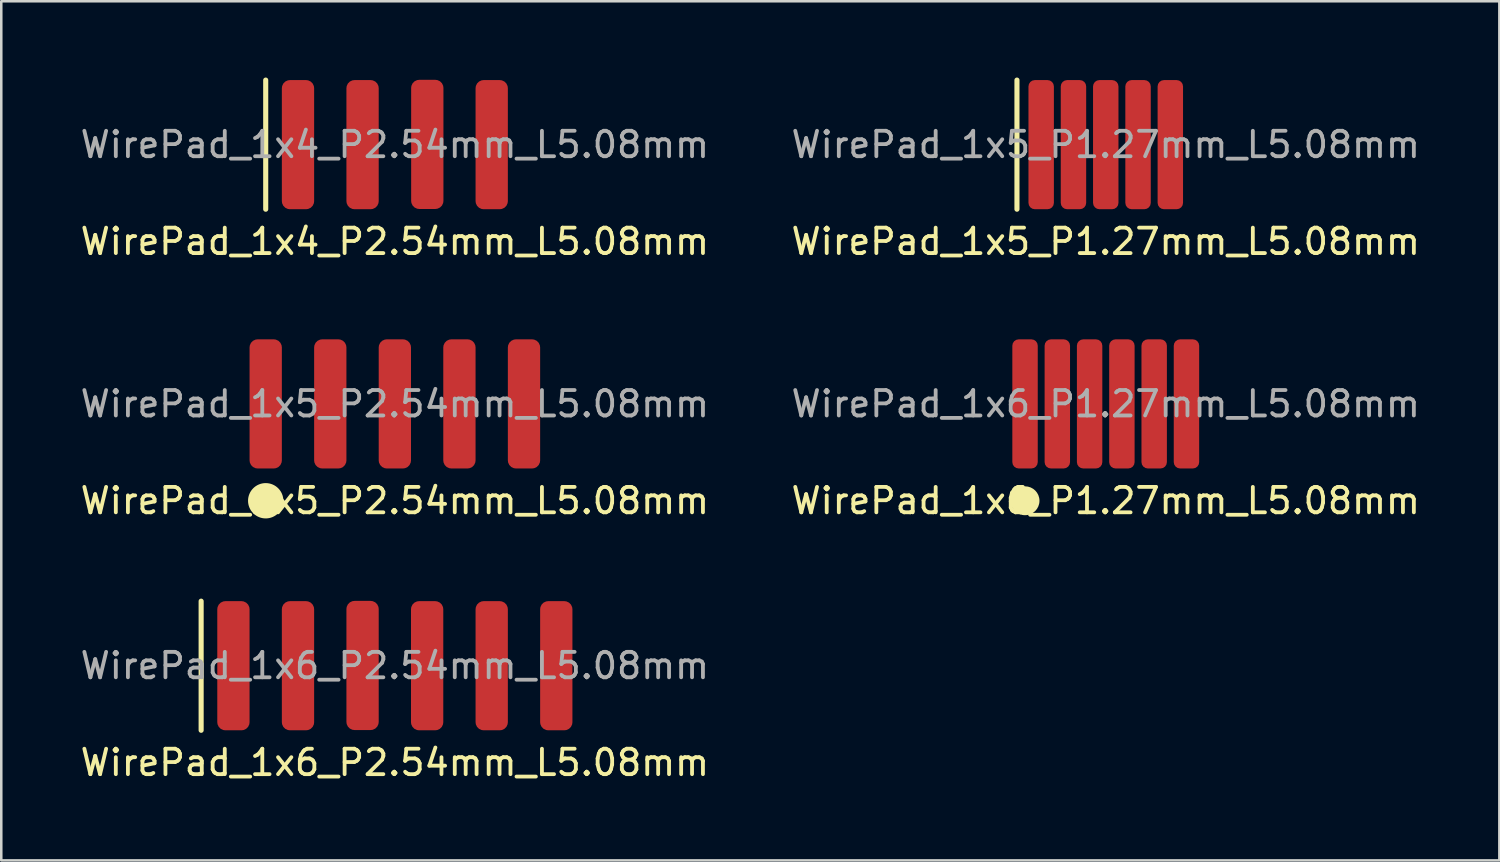
<source format=kicad_pcb>
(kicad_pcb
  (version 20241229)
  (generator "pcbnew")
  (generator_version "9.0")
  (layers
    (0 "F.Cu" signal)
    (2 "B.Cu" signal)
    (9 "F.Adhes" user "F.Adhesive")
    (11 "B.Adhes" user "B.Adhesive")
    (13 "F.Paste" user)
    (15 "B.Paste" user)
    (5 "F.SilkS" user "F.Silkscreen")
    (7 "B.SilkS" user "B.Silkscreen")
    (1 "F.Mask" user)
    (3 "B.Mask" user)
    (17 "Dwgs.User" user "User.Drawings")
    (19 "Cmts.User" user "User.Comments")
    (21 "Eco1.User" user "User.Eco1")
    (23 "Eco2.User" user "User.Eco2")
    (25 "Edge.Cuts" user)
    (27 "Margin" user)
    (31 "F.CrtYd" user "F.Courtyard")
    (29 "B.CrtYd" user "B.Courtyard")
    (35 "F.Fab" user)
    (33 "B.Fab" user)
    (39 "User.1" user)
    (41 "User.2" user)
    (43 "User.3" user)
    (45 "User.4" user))
  (footprint "WirePad_1x6_P2.54mm_L5.08mm"
    (layer "F.Cu")
    (at 12.482 23.137)
    (property "Reference" "WirePad_1x6_P2.54mm_L5.08mm" (at 0 3.81 0) (unlocked yes) (layer "F.SilkS") (effects (font (size 1 1) (thickness 0.15))))
    (attr smd)
    (fp_line (start -7.62 -2.54) (end -7.62 2.54) (stroke (width 0.2) (type solid)) (layer "F.SilkS"))
    (fp_text user "${REFERENCE}" (at 0 0 0) (unlocked yes) (layer "F.Fab") (effects (font (size 1 1) (thickness 0.15))))
    (pad "1" smd roundrect (at -6.35 0) (size 1.27 5.08) (layers "F.Cu" "F.Mask" "F.Paste") (roundrect_rratio 0.25))
    (pad "2" smd roundrect (at -3.81 0) (size 1.27 5.08) (layers "F.Cu" "F.Mask" "F.Paste") (roundrect_rratio 0.25))
    (pad "3" smd roundrect (at -1.27 -0.01) (size 1.27 5.08) (layers "F.Cu" "F.Mask" "F.Paste") (roundrect_rratio 0.25))
    (pad "4" smd roundrect (at 1.27 0) (size 1.27 5.08) (layers "F.Cu" "F.Mask" "F.Paste") (roundrect_rratio 0.25))
    (pad "5" smd roundrect (at 3.81 0) (size 1.27 5.08) (layers "F.Cu" "F.Mask" "F.Paste") (roundrect_rratio 0.25))
    (pad "6" smd roundrect (at 6.35 0) (size 1.27 5.08) (layers "F.Cu" "F.Mask" "F.Paste") (roundrect_rratio 0.25)))
  (footprint "WirePad_1x5_P2.54mm_L5.08mm"
    (layer "F.Cu")
    (at 12.482 12.838)
    (property "Reference" "WirePad_1x5_P2.54mm_L5.08mm" (at 0 3.81 0) (unlocked yes) (layer "F.SilkS") (effects (font (size 1 1) (thickness 0.15))))
    (attr smd)
    (fp_circle (center -5.08 3.81) (end -4.445 3.81) (stroke (width 0.12) (type solid)) (fill yes) (layer "F.SilkS"))
    (fp_text user "${REFERENCE}" (at 0 0 0) (unlocked yes) (layer "F.Fab") (effects (font (size 1 1) (thickness 0.15))))
    (pad "1" smd roundrect (at -5.08 0) (size 1.27 5.08) (layers "F.Cu" "F.Mask" "F.Paste") (roundrect_rratio 0.25))
    (pad "2" smd roundrect (at -2.54 0) (size 1.27 5.08) (layers "F.Cu" "F.Mask" "F.Paste") (roundrect_rratio 0.25))
    (pad "3" smd roundrect (at 0 0) (size 1.27 5.08) (layers "F.Cu" "F.Mask" "F.Paste") (roundrect_rratio 0.25))
    (pad "4" smd roundrect (at 2.54 0) (size 1.27 5.08) (layers "F.Cu" "F.Mask" "F.Paste") (roundrect_rratio 0.25))
    (pad "5" smd roundrect (at 5.08 0) (size 1.27 5.08) (layers "F.Cu" "F.Mask" "F.Paste") (roundrect_rratio 0.25)))
  (footprint "WirePad_1x5_P1.27mm_L5.08mm"
    (layer "F.Cu")
    (at 40.446 2.64)
    (property "Reference" "WirePad_1x5_P1.27mm_L5.08mm" (at 0 3.81 0) (unlocked yes) (layer "F.SilkS") (effects (font (size 1 1) (thickness 0.15))))
    (attr smd)
    (fp_line (start -3.493 -2.54) (end -3.493 2.54) (stroke (width 0.2) (type solid)) (layer "F.SilkS"))
    (fp_text user "${REFERENCE}" (at 0 0 0) (unlocked yes) (layer "F.Fab") (effects (font (size 1 1) (thickness 0.15))))
    (pad "1" smd roundrect (at -2.54 0) (size 1 5.08) (layers "F.Cu" "F.Mask" "F.Paste") (roundrect_rratio 0.25))
    (pad "2" smd roundrect (at -1.27 0) (size 1 5.08) (layers "F.Cu" "F.Mask" "F.Paste") (roundrect_rratio 0.25))
    (pad "3" smd roundrect (at 0 0) (size 1 5.08) (layers "F.Cu" "F.Mask" "F.Paste") (roundrect_rratio 0.25))
    (pad "4" smd roundrect (at 1.27 0) (size 1 5.08) (layers "F.Cu" "F.Mask" "F.Paste") (roundrect_rratio 0.25))
    (pad "5" smd roundrect (at 2.54 0) (size 1 5.08) (layers "F.Cu" "F.Mask" "F.Paste") (roundrect_rratio 0.25)))
  (footprint "WirePad_1x6_P1.27mm_L5.08mm"
    (layer "F.Cu")
    (at 40.446 12.838)
    (property "Reference" "WirePad_1x6_P1.27mm_L5.08mm" (at 0 3.81 0) (unlocked yes) (layer "F.SilkS") (effects (font (size 1 1) (thickness 0.15))))
    (attr smd)
    (fp_circle (center -3.175 3.81) (end -2.667 3.81) (stroke (width 0.12) (type solid)) (fill yes) (layer "F.SilkS"))
    (fp_text user "${REFERENCE}" (at 0 0 0) (unlocked yes) (layer "F.Fab") (effects (font (size 1 1) (thickness 0.15))))
    (pad "1" smd roundrect (at -3.175 0) (size 1 5.08) (layers "F.Cu" "F.Mask" "F.Paste") (roundrect_rratio 0.25))
    (pad "2" smd roundrect (at -1.905 0) (size 1 5.08) (layers "F.Cu" "F.Mask" "F.Paste") (roundrect_rratio 0.25))
    (pad "3" smd roundrect (at -0.635 0) (size 1 5.08) (layers "F.Cu" "F.Mask" "F.Paste") (roundrect_rratio 0.25))
    (pad "4" smd roundrect (at 0.635 0) (size 1 5.08) (layers "F.Cu" "F.Mask" "F.Paste") (roundrect_rratio 0.25))
    (pad "5" smd roundrect (at 1.905 0) (size 1 5.08) (layers "F.Cu" "F.Mask" "F.Paste") (roundrect_rratio 0.25))
    (pad "6" smd roundrect (at 3.175 0) (size 1 5.08) (layers "F.Cu" "F.Mask" "F.Paste") (roundrect_rratio 0.25)))
  (footprint "WirePad_1x4_P2.54mm_L5.08mm"
    (layer "F.Cu")
    (at 12.482 2.64)
    (property "Reference" "WirePad_1x4_P2.54mm_L5.08mm" (at 0 3.81 0) (unlocked yes) (layer "F.SilkS") (effects (font (size 1 1) (thickness 0.15))))
    (attr smd)
    (fp_line (start -5.08 -2.54) (end -5.08 2.54) (stroke (width 0.2) (type solid)) (layer "F.SilkS"))
    (fp_text user "${REFERENCE}" (at 0 0 0) (unlocked yes) (layer "F.Fab") (effects (font (size 1 1) (thickness 0.15))))
    (pad "1" smd roundrect (at -3.81 0) (size 1.27 5.08) (layers "F.Cu" "F.Mask" "F.Paste") (roundrect_rratio 0.25))
    (pad "2" smd roundrect (at -1.27 0) (size 1.27 5.08) (layers "F.Cu" "F.Mask" "F.Paste") (roundrect_rratio 0.25))
    (pad "3" smd roundrect (at 1.276 -0.01) (size 1.27 5.08) (layers "F.Cu" "F.Mask" "F.Paste") (roundrect_rratio 0.25))
    (pad "4" smd roundrect (at 3.81 0) (size 1.27 5.08) (layers "F.Cu" "F.Mask" "F.Paste") (roundrect_rratio 0.25)))
  (gr_rect
    (start -3 -3)
    (end 55.929 30.795)
    (stroke (width 0.1) (type default))
    (fill no)
    (layer "Edge.Cuts")))
</source>
